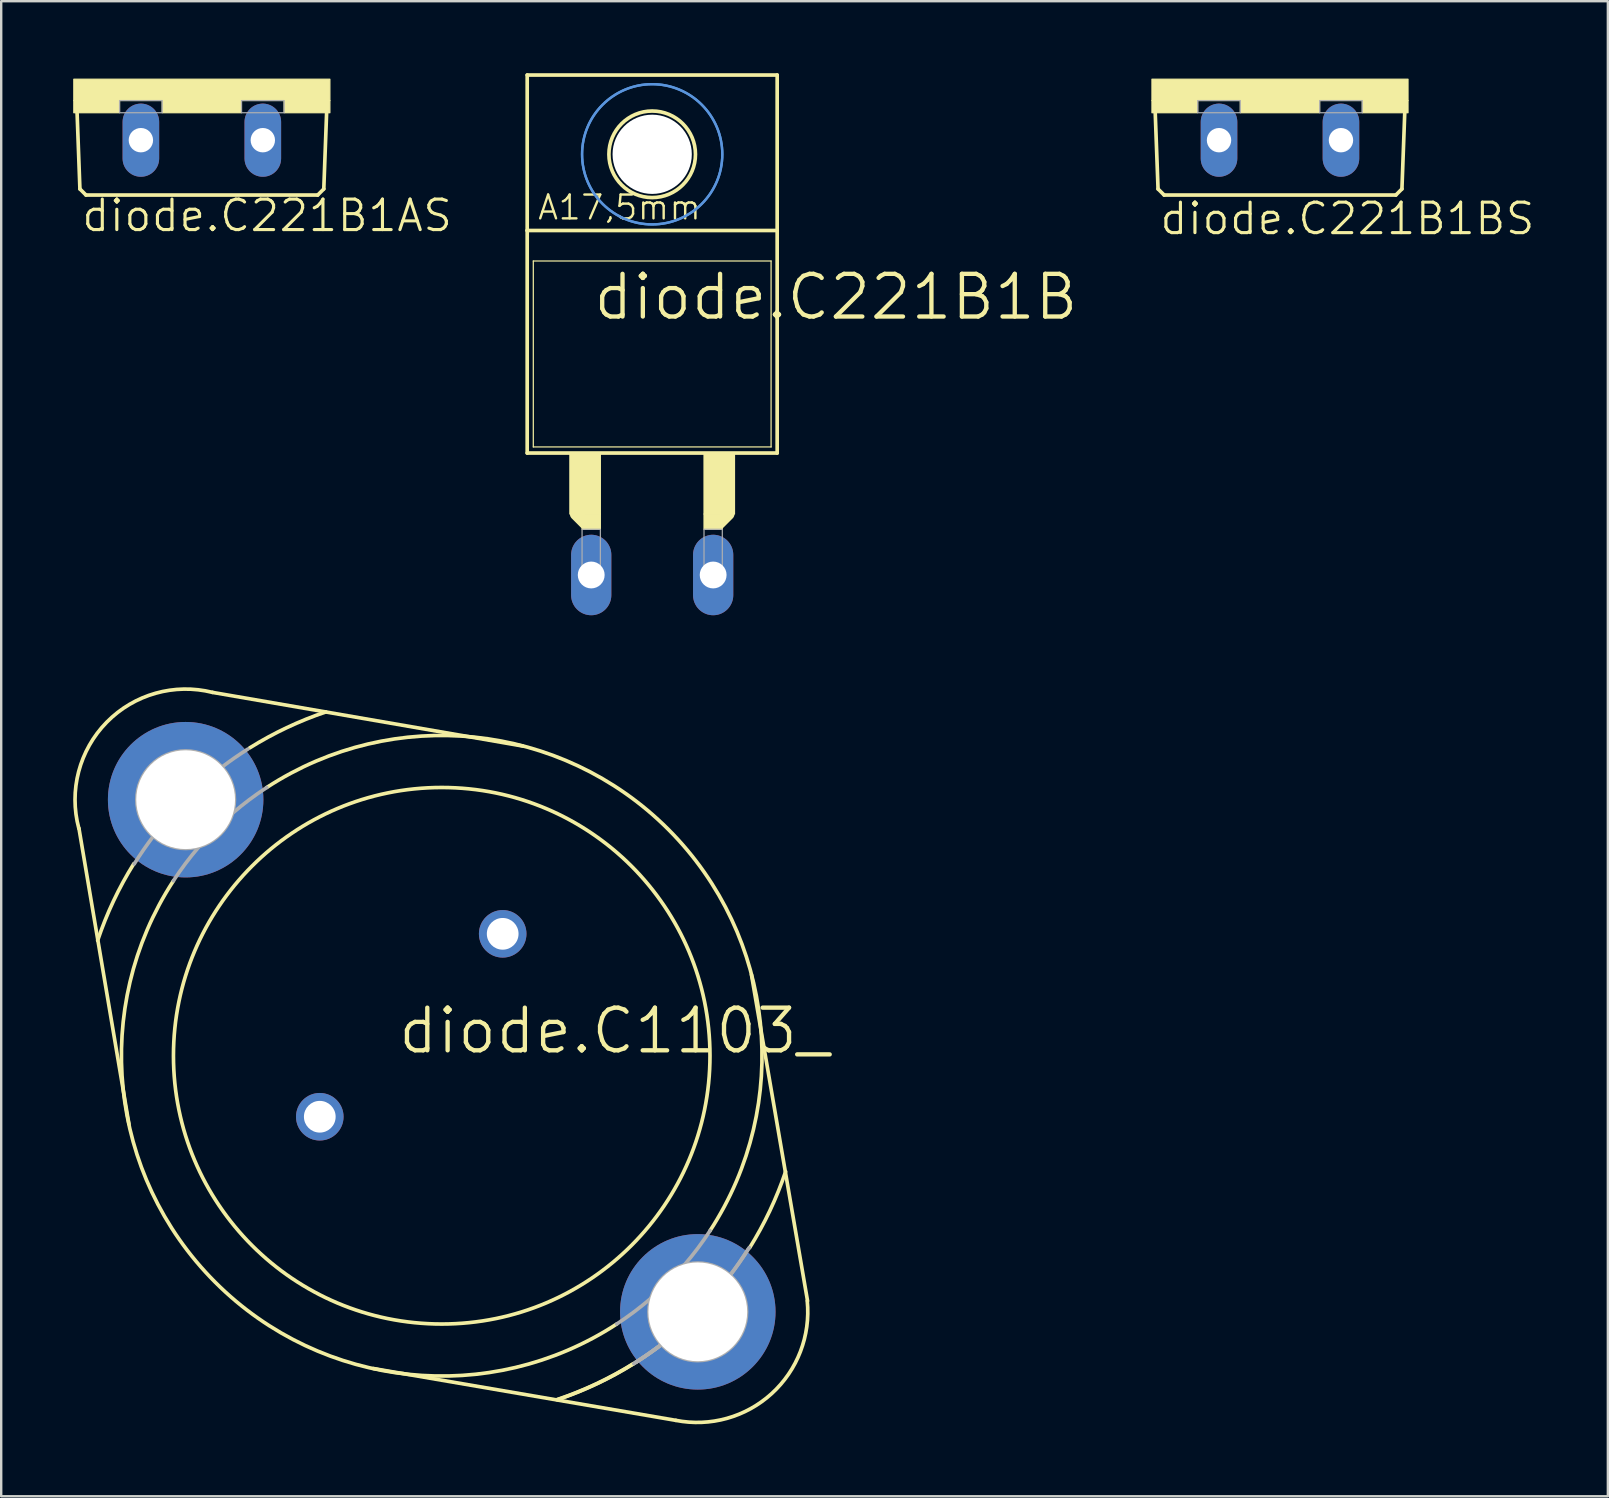
<source format=kicad_pcb>
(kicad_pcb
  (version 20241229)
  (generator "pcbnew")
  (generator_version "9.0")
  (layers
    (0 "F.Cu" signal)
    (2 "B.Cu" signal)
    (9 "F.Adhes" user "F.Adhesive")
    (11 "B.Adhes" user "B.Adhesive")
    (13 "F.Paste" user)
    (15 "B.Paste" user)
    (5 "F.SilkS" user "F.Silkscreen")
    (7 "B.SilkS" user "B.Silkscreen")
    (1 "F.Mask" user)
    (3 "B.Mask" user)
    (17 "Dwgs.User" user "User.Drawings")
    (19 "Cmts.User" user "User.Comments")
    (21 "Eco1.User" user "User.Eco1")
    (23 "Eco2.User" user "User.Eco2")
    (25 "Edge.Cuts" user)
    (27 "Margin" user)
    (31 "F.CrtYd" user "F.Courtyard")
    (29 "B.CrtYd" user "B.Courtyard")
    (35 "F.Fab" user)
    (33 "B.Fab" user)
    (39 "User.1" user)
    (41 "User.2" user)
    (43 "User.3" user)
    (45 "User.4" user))
  (footprint "diode.C221B1B"
    (layer "F.Cu")
    (at 24.12 14.554)
    (property "Reference" "diode.C221B1B" (at -2.54 -4.191 0) (layer "F.SilkS") (effects (font (size 1.778 1.778) (thickness 0.18)) (justify left bottom)))
    (attr through_hole)
    (fp_line (start -5.207 -8.001) (end -5.207 -14.478) (stroke (width 0.152) (type default)) (layer "F.SilkS"))
    (fp_line (start -5.207 1.27) (end -5.207 -8.001) (stroke (width 0.152) (type default)) (layer "F.SilkS"))
    (fp_line (start -5.207 1.27) (end 5.207 1.27) (stroke (width 0.152) (type default)) (layer "F.SilkS"))
    (fp_line (start -4.953 -6.731) (end -4.953 1.016) (stroke (width 0.051) (type default)) (layer "F.SilkS"))
    (fp_line (start -2.794 4.191) (end -3.175 3.81) (stroke (width 0.508) (type default)) (layer "F.SilkS"))
    (fp_line (start 3.175 3.81) (end 2.794 4.191) (stroke (width 0.508) (type default)) (layer "F.SilkS"))
    (fp_line (start 4.953 -6.731) (end -4.953 -6.731) (stroke (width 0.051) (type default)) (layer "F.SilkS"))
    (fp_line (start 4.953 -6.731) (end 4.953 1.016) (stroke (width 0.051) (type default)) (layer "F.SilkS"))
    (fp_line (start 4.953 1.016) (end -4.953 1.016) (stroke (width 0.051) (type default)) (layer "F.SilkS"))
    (fp_line (start 5.207 -14.478) (end -5.207 -14.478) (stroke (width 0.152) (type default)) (layer "F.SilkS"))
    (fp_line (start 5.207 -8.001) (end -5.207 -8.001) (stroke (width 0.152) (type default)) (layer "F.SilkS"))
    (fp_line (start 5.207 -8.001) (end 5.207 -14.478) (stroke (width 0.152) (type default)) (layer "F.SilkS"))
    (fp_line (start 5.207 1.27) (end 5.207 -8.001) (stroke (width 0.152) (type default)) (layer "F.SilkS"))
    (fp_rect (start -3.429 3.81) (end -2.159 1.27) (stroke (width 0.05) (type default)) (fill yes) (layer "F.SilkS"))
    (fp_rect (start -2.921 4.445) (end -2.159 3.81) (stroke (width 0.05) (type default)) (fill yes) (layer "F.SilkS"))
    (fp_rect (start 2.159 3.81) (end 3.429 1.27) (stroke (width 0.05) (type default)) (fill yes) (layer "F.SilkS"))
    (fp_rect (start 2.159 4.445) (end 2.921 3.81) (stroke (width 0.05) (type default)) (fill yes) (layer "F.SilkS"))
    (fp_circle (center 0 -11.176) (end 1.803 -11.176) (stroke (width 0.152) (type default)) (fill no) (layer "F.SilkS"))
    (fp_circle (center 0 -11.176) (end 2.921 -11.176) (stroke (width 0.1) (type default)) (fill no) (layer "Cmts.User"))
    (fp_circle (center 0 -11.176) (end 2.921 -11.176) (stroke (width 0.1) (type default)) (fill no) (layer "Cmts.User"))
    (fp_rect (start -2.921 6.35) (end -2.159 4.445) (stroke (width 0.05) (type default)) (fill no) (layer "F.Fab"))
    (fp_rect (start 2.159 6.35) (end 2.921 4.445) (stroke (width 0.05) (type default)) (fill no) (layer "F.Fab"))
    (fp_text user "A17,5mm" (at -4.826 -8.382 0) (layer "F.SilkS") (effects (font (size 0.991 0.991) (thickness 0.1)) (justify left bottom)))
    (pad "" np_thru_hole circle (at 0 -11.176) (size 3.302 3.302) (drill 3.302) (layers "*.Cu" "*.Mask"))
    (pad "A" thru_hole oval (at -2.54 6.35 90) (size 3.353 1.676) (drill 1.118) (layers "*.Cu" "*.Mask"))
    (pad "C" thru_hole oval (at 2.54 6.35 90) (size 3.353 1.676) (drill 1.118) (layers "*.Cu" "*.Mask")))
  (footprint "diode.C221B1AS"
    (layer "F.Cu")
    (at 5.359 0.25)
    (property "Reference" "diode.C221B1AS" (at -5.08 6.426 0) (layer "F.SilkS") (effects (font (size 1.27 1.27) (thickness 0.13)) (justify left bottom)))
    (attr through_hole)
    (fp_line (start -5.08 4.572) (end -5.207 1.143) (stroke (width 0.152) (type default)) (layer "F.SilkS"))
    (fp_line (start -5.08 4.572) (end -4.826 4.826) (stroke (width 0.152) (type default)) (layer "F.SilkS"))
    (fp_line (start 4.826 4.826) (end -4.826 4.826) (stroke (width 0.152) (type default)) (layer "F.SilkS"))
    (fp_line (start 4.826 4.826) (end 5.08 4.572) (stroke (width 0.152) (type default)) (layer "F.SilkS"))
    (fp_line (start 5.207 1.143) (end 5.08 4.572) (stroke (width 0.152) (type default)) (layer "F.SilkS"))
    (fp_rect (start -5.334 0.889) (end 5.334 0) (stroke (width 0.05) (type default)) (fill yes) (layer "F.SilkS"))
    (fp_rect (start -5.334 1.397) (end -3.429 0.889) (stroke (width 0.05) (type default)) (fill yes) (layer "F.SilkS"))
    (fp_rect (start -1.651 1.397) (end 1.651 0.889) (stroke (width 0.05) (type default)) (fill yes) (layer "F.SilkS"))
    (fp_rect (start 3.429 1.397) (end 5.334 0.889) (stroke (width 0.05) (type default)) (fill yes) (layer "F.SilkS"))
    (fp_rect (start -3.429 1.397) (end -1.651 0.889) (stroke (width 0.05) (type default)) (fill no) (layer "F.Fab"))
    (fp_rect (start 1.651 1.397) (end 3.429 0.889) (stroke (width 0.05) (type default)) (fill no) (layer "F.Fab"))
    (pad "A" thru_hole oval (at 2.54 2.54 90) (size 3.048 1.524) (drill 1.016) (layers "*.Cu" "*.Mask"))
    (pad "C" thru_hole oval (at -2.54 2.54 90) (size 3.048 1.524) (drill 1.016) (layers "*.Cu" "*.Mask")))
  (footprint "diode.C221B1BS"
    (layer "F.Cu")
    (at 50.274 0.25)
    (property "Reference" "diode.C221B1BS" (at -5.08 6.553 0) (layer "F.SilkS") (effects (font (size 1.27 1.27) (thickness 0.13)) (justify left bottom)))
    (attr through_hole)
    (fp_line (start -5.08 4.572) (end -5.207 1.143) (stroke (width 0.152) (type default)) (layer "F.SilkS"))
    (fp_line (start -5.08 4.572) (end -4.826 4.826) (stroke (width 0.152) (type default)) (layer "F.SilkS"))
    (fp_line (start 4.826 4.826) (end -4.826 4.826) (stroke (width 0.152) (type default)) (layer "F.SilkS"))
    (fp_line (start 4.826 4.826) (end 5.08 4.572) (stroke (width 0.152) (type default)) (layer "F.SilkS"))
    (fp_line (start 5.207 1.143) (end 5.08 4.572) (stroke (width 0.152) (type default)) (layer "F.SilkS"))
    (fp_rect (start -5.334 0.889) (end 5.334 0) (stroke (width 0.05) (type default)) (fill yes) (layer "F.SilkS"))
    (fp_rect (start -5.334 1.397) (end -3.429 0.889) (stroke (width 0.05) (type default)) (fill yes) (layer "F.SilkS"))
    (fp_rect (start -1.651 1.397) (end 1.651 0.889) (stroke (width 0.05) (type default)) (fill yes) (layer "F.SilkS"))
    (fp_rect (start 3.429 1.397) (end 5.334 0.889) (stroke (width 0.05) (type default)) (fill yes) (layer "F.SilkS"))
    (fp_rect (start -3.429 1.397) (end -1.651 0.889) (stroke (width 0.05) (type default)) (fill no) (layer "F.Fab"))
    (fp_rect (start 1.651 1.397) (end 3.429 0.889) (stroke (width 0.05) (type default)) (fill no) (layer "F.Fab"))
    (pad "A" thru_hole oval (at -2.54 2.54 90) (size 3.048 1.524) (drill 1.016) (layers "*.Cu" "*.Mask"))
    (pad "C" thru_hole oval (at 2.54 2.54 90) (size 3.048 1.524) (drill 1.016) (layers "*.Cu" "*.Mask")))
  (footprint "diode.C1103_"
    (layer "F.Cu")
    (at 15.352 40.933)
    (property "Reference" "diode.C1103_" (at -1.905 0 0) (layer "F.SilkS") (effects (font (size 1.778 1.778) (thickness 0.18)) (justify left bottom)))
    (attr through_hole)
    (fp_line (start -15.113 -9.474) (end -13.03 2.845) (stroke (width 0.152) (type default)) (layer "F.SilkS"))
    (fp_line (start -9.55 -15.138) (end 3.378 -12.903) (stroke (width 0.152) (type default)) (layer "F.SilkS"))
    (fp_line (start 9.754 15.189) (end -2.845 13.03) (stroke (width 0.152) (type default)) (layer "F.SilkS"))
    (fp_line (start 15.24 10.211) (end 12.903 -3.378) (stroke (width 0.152) (type default)) (layer "F.SilkS"))
    (fp_arc (start -15.1183 -9.4728) (mid -13.95456 -13.897871) (end -9.5504 -15.1384) (stroke (width 0.1524) (type default)) (layer "F.SilkS"))
    (fp_arc (start -14.3344 -4.8035) (mid -13.67448 -6.446461) (end -12.827 -8.001) (stroke (width 0.1524) (type default)) (layer "F.SilkS"))
    (fp_arc (start -8.0004 -12.826) (mid -6.456882 -13.668268) (end -4.826 -14.3256) (stroke (width 0.1524) (type default)) (layer "F.SilkS"))
    (fp_arc (start -7.2898 -11.176) (mid 9.435151 -9.435151) (end 11.176 7.2898) (stroke (width 0.1524) (type default)) (layer "F.SilkS"))
    (fp_arc (start 7.2898 11.176) (mid -9.435151 9.435151) (end -11.176 -7.2898) (stroke (width 0.1524) (type default)) (layer "F.SilkS"))
    (fp_arc (start 7.9961 12.8192) (mid 6.442531 13.66612) (end 4.8006 14.3256) (stroke (width 0.1524) (type default)) (layer "F.SilkS"))
    (fp_arc (start 8.0004 12.826) (mid 6.456882 13.668268) (end 4.826 14.3256) (stroke (width 0.1524) (type default)) (layer "F.SilkS"))
    (fp_arc (start 14.3267 4.8264) (mid 13.669322 6.457385) (end 12.827 8.001) (stroke (width 0.1524) (type default)) (layer "F.SilkS"))
    (fp_arc (start 15.2278 10.212) (mid 13.74239 14.077278) (end 9.7536 15.1892) (stroke (width 0.1524) (type default)) (layer "F.SilkS"))
    (fp_circle (center 0 0) (end 11.176 0) (stroke (width 0.152) (type default)) (fill no) (layer "F.SilkS"))
    (fp_arc (start -12.8103 -7.9906) (mid -12.42564 -8.576542) (end -12.0142 -9.144) (stroke (width 0.1524) (type default)) (layer "F.Fab"))
    (fp_arc (start -11.1777 -7.2909) (mid -10.667148 -8.019366) (end -10.1092 -8.7122) (stroke (width 0.1524) (type default)) (layer "F.Fab"))
    (fp_arc (start -9.1544 -12.0279) (mid -8.623921 -12.41374) (end -8.0772 -12.7762) (stroke (width 0.1524) (type default)) (layer "F.Fab"))
    (fp_arc (start -8.7109 -10.1077) (mid -8.018163 -10.665545) (end -7.2898 -11.176) (stroke (width 0.1524) (type default)) (layer "F.Fab"))
    (fp_arc (start 8.7109 10.1077) (mid 8.018163 10.665545) (end 7.2898 11.176) (stroke (width 0.1524) (type default)) (layer "F.Fab"))
    (fp_arc (start 9.1544 12.0279) (mid 8.623921 12.41374) (end 8.0772 12.7762) (stroke (width 0.1524) (type default)) (layer "F.Fab"))
    (fp_arc (start 9.1544 12.0279) (mid 8.623921 12.41374) (end 8.0772 12.7762) (stroke (width 0.1524) (type default)) (layer "F.Fab"))
    (fp_arc (start 9.1544 12.0279) (mid 8.623921 12.41374) (end 8.0772 12.7762) (stroke (width 0.1524) (type default)) (layer "F.Fab"))
    (fp_arc (start 9.1559 12.0298) (mid 8.587705 12.441808) (end 8.001 12.827) (stroke (width 0.1524) (type default)) (layer "F.Fab"))
    (fp_arc (start 11.1777 7.2909) (mid 10.667148 8.019366) (end 10.1092 8.7122) (stroke (width 0.1524) (type default)) (layer "F.Fab"))
    (fp_arc (start 12.7617 8.068) (mid 12.399627 8.614112) (end 12.0142 9.144) (stroke (width 0.1524) (type default)) (layer "F.Fab"))
    (fp_arc (start 12.8103 7.9906) (mid 12.42564 8.576542) (end 12.0142 9.144) (stroke (width 0.1524) (type default)) (layer "F.Fab"))
    (fp_circle (center -10.668 -10.668) (end -8.636 -10.668) (stroke (width 0.152) (type default)) (fill no) (layer "F.Fab"))
    (fp_circle (center 10.668 10.668) (end 12.7 10.668) (stroke (width 0.152) (type default)) (fill no) (layer "F.Fab"))
    (pad "A1" thru_hole circle (at 2.54 -5.08) (size 1.981 1.981) (drill 1.321) (layers "*.Cu" "*.Mask"))
    (pad "A2" thru_hole circle (at -5.08 2.54) (size 1.981 1.981) (drill 1.321) (layers "*.Cu" "*.Mask"))
    (pad "C" thru_hole circle (at 10.668 10.668) (size 6.477 6.477) (drill 4.115) (layers "*.Cu" "*.Mask"))
    (pad "C@1" thru_hole circle (at -10.668 -10.668) (size 6.477 6.477) (drill 4.115) (layers "*.Cu" "*.Mask")))
  (gr_rect
    (start -3 -3)
    (end 63.933 59.285)
    (stroke (width 0.1) (type default))
    (fill no)
    (layer "Edge.Cuts")))
</source>
